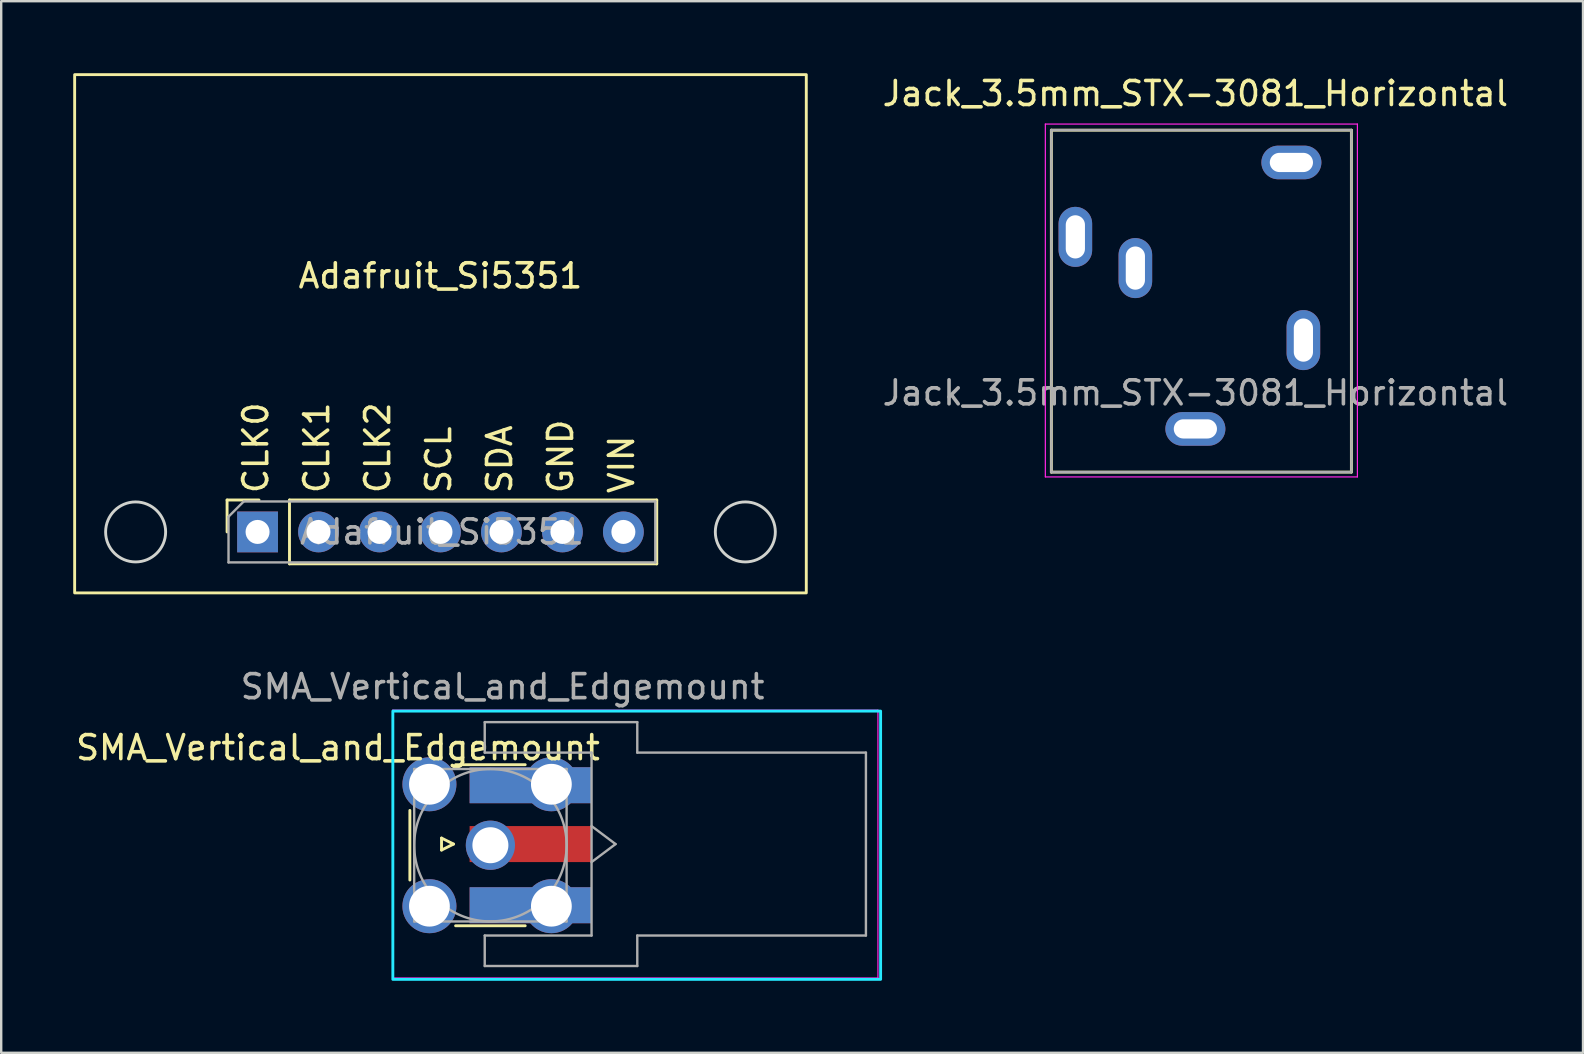
<source format=kicad_pcb>
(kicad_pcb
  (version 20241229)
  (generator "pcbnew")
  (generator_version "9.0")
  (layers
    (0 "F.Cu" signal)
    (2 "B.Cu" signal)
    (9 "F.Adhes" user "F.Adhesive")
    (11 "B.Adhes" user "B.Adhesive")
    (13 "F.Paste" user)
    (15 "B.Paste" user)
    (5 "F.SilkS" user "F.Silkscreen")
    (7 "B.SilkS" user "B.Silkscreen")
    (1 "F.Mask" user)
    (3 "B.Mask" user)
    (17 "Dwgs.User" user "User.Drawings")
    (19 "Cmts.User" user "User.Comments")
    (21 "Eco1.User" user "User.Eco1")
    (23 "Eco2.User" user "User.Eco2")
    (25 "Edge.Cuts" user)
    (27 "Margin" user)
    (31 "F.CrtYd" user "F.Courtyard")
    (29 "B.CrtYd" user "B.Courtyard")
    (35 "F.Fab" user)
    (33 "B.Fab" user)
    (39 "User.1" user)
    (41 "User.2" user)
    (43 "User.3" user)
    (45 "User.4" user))
  (footprint "Adafruit_Si5351"
    (layer "F.Cu")
    (at 15.3 19.11)
    (property "Reference" "Adafruit_Si5351" (at 0 -10.668 0) (unlocked yes) (layer "F.SilkS") (effects (font (size 1 1) (thickness 0.15))))
    (attr smd)
    (fp_line (start -8.89 -1.33) (end -7.56 -1.33) (stroke (width 0.12) (type solid)) (layer "F.SilkS"))
    (fp_line (start -8.89 0) (end -8.89 -1.33) (stroke (width 0.12) (type solid)) (layer "F.SilkS"))
    (fp_line (start -6.29 -1.33) (end 9.01 -1.33) (stroke (width 0.12) (type solid)) (layer "F.SilkS"))
    (fp_line (start -6.29 1.33) (end -6.29 -1.33) (stroke (width 0.12) (type solid)) (layer "F.SilkS"))
    (fp_line (start -6.29 1.33) (end 9.01 1.33) (stroke (width 0.12) (type solid)) (layer "F.SilkS"))
    (fp_line (start 9.01 1.33) (end 9.01 -1.33) (stroke (width 0.12) (type solid)) (layer "F.SilkS"))
    (fp_rect (start -15.24 -19.05) (end 15.24 2.54) (stroke (width 0.12) (type default)) (fill no) (layer "F.SilkS"))
    (fp_circle (center -12.7 0) (end -11.45 0) (stroke (width 0.12) (type default)) (fill no) (layer "Edge.Cuts"))
    (fp_circle (center 12.7 0) (end 13.95 0) (stroke (width 0.12) (type default)) (fill no) (layer "Edge.Cuts"))
    (fp_line (start -8.83 -0.635) (end -8.195 -1.27) (stroke (width 0.1) (type solid)) (layer "F.Fab"))
    (fp_line (start -8.83 1.27) (end -8.83 -0.635) (stroke (width 0.1) (type solid)) (layer "F.Fab"))
    (fp_line (start -8.195 -1.27) (end 8.95 -1.27) (stroke (width 0.1) (type solid)) (layer "F.Fab"))
    (fp_line (start 8.95 -1.27) (end 8.95 1.27) (stroke (width 0.1) (type solid)) (layer "F.Fab"))
    (fp_line (start 8.95 1.27) (end -8.83 1.27) (stroke (width 0.1) (type solid)) (layer "F.Fab"))
    (fp_text user "CLK1" (at -4.572 -1.524 90) (unlocked yes) (layer "F.SilkS") (effects (font (size 1 1) (thickness 0.15)) (justify left bottom)))
    (fp_text user "SCL" (at 0.508 -1.524 90) (unlocked yes) (layer "F.SilkS") (effects (font (size 1 1) (thickness 0.15)) (justify left bottom)))
    (fp_text user "CLK2" (at -2.032 -1.524 90) (unlocked yes) (layer "F.SilkS") (effects (font (size 1 1) (thickness 0.15)) (justify left bottom)))
    (fp_text user "SDA" (at 3.048 -1.524 90) (unlocked yes) (layer "F.SilkS") (effects (font (size 1 1) (thickness 0.15)) (justify left bottom)))
    (fp_text user "CLK0" (at -7.112 -1.524 90) (unlocked yes) (layer "F.SilkS") (effects (font (size 1 1) (thickness 0.15)) (justify left bottom)))
    (fp_text user "GND" (at 5.588 -1.524 90) (unlocked yes) (layer "F.SilkS") (effects (font (size 1 1) (thickness 0.15)) (justify left bottom)))
    (fp_text user "VIN" (at 8.128 -1.524 90) (unlocked yes) (layer "F.SilkS") (effects (font (size 1 1) (thickness 0.15)) (justify left bottom)))
    (fp_text user "${REFERENCE}" (at 0.06 0 180) (layer "F.Fab") (effects (font (size 1 1) (thickness 0.15))))
    (pad "1" thru_hole rect (at -7.62 0 90) (size 1.7 1.7) (drill 1) (layers "*.Cu" "*.Mask"))
    (pad "2" thru_hole oval (at -5.08 0 90) (size 1.7 1.7) (drill 1) (layers "*.Cu" "*.Mask"))
    (pad "3" thru_hole oval (at -2.54 0 90) (size 1.7 1.7) (drill 1) (layers "*.Cu" "*.Mask"))
    (pad "4" thru_hole oval (at 0 0 90) (size 1.7 1.7) (drill 1) (layers "*.Cu" "*.Mask"))
    (pad "5" thru_hole oval (at 2.54 0 90) (size 1.7 1.7) (drill 1) (layers "*.Cu" "*.Mask"))
    (pad "6" thru_hole oval (at 5.08 0 90) (size 1.7 1.7) (drill 1) (layers "*.Cu" "*.Mask"))
    (pad "7" thru_hole oval (at 7.62 0 90) (size 1.7 1.7) (drill 1) (layers "*.Cu" "*.Mask")))
  (footprint "Jack_3.5mm_STX-3081_Horizontal"
    (layer "F.Cu")
    (at 46.749 14.818)
    (property "Reference" "Jack_3.5mm_STX-3081_Horizontal" (at 0 -13.97 0) (layer "F.SilkS") (effects (font (size 1 1) (thickness 0.15))))
    (attr through_hole exclude_from_pos_files exclude_from_bom)
    (fp_line (start -6 -12.446) (end 6.5 -12.446) (stroke (width 0.12) (type solid)) (layer "F.SilkS"))
    (fp_line (start -6 1.8) (end -6 -12.446) (stroke (width 0.12) (type solid)) (layer "F.SilkS"))
    (fp_line (start 6.5 -12.446) (end 6.5 1.8) (stroke (width 0.12) (type solid)) (layer "F.SilkS"))
    (fp_line (start 6.5 1.8) (end -6 1.8) (stroke (width 0.12) (type solid)) (layer "F.SilkS"))
    (fp_line (start -6.25 -12.7) (end -6.25 2) (stroke (width 0.05) (type solid)) (layer "F.CrtYd"))
    (fp_line (start -6.25 2) (end 6.75 2) (stroke (width 0.05) (type solid)) (layer "F.CrtYd"))
    (fp_line (start 6.75 -12.7) (end -6.25 -12.7) (stroke (width 0.05) (type solid)) (layer "F.CrtYd"))
    (fp_line (start 6.75 2) (end 6.75 -12.7) (stroke (width 0.05) (type solid)) (layer "F.CrtYd"))
    (fp_line (start -6 -12.446) (end 6.5 -12.446) (stroke (width 0.1) (type solid)) (layer "F.Fab"))
    (fp_line (start -6 1.8) (end -6 -12.446) (stroke (width 0.1) (type solid)) (layer "F.Fab"))
    (fp_line (start 6.5 1.8) (end -6 1.8) (stroke (width 0.1) (type solid)) (layer "F.Fab"))
    (fp_line (start 6.5 1.8) (end 6.5 -12.446) (stroke (width 0.1) (type solid)) (layer "F.Fab"))
    (fp_text user "${REFERENCE}" (at 0 -1.5 0) (layer "F.Fab") (effects (font (size 1 1) (thickness 0.15))))
    (pad "R" thru_hole oval (at -5 -8 90) (size 2.5 1.4) (drill oval 1.8 0.8) (layers "*.Cu" "*.Mask"))
    (pad "RN" thru_hole oval (at -2.5 -6.7 90) (size 2.5 1.4) (drill oval 1.8 0.8) (layers "*.Cu" "*.Mask"))
    (pad "S" thru_hole oval (at 0 0) (size 2.5 1.4) (drill oval 1.8 0.8) (layers "*.Cu" "*.Mask"))
    (pad "T" thru_hole oval (at 4.5 -3.7 90) (size 2.5 1.4) (drill oval 1.8 0.8) (layers "*.Cu" "*.Mask"))
    (pad "TN" thru_hole oval (at 4 -11.1) (size 2.5 1.4) (drill oval 1.8 0.8) (layers "*.Cu" "*.Mask")))
  (footprint "SMA_Vertical_and_Edgemount"
    (layer "F.Cu")
    (at 17.38 32.162)
    (property "Reference" "SMA_Vertical_and_Edgemount" (at -6.35 -4.064 0) (layer "F.SilkS") (effects (font (size 1 1) (thickness 0.15))))
    (attr through_hole)
    (fp_line (start -3.355 -1.45) (end -3.355 1.45) (stroke (width 0.12) (type solid)) (layer "F.SilkS"))
    (fp_line (start -2.036 -0.298) (end -2.036 0.202) (stroke (width 0.12) (type solid)) (layer "F.SilkS"))
    (fp_line (start -2.036 0.202) (end -1.536 -0.048) (stroke (width 0.12) (type solid)) (layer "F.SilkS"))
    (fp_line (start -1.536 -0.048) (end -2.036 -0.298) (stroke (width 0.12) (type solid)) (layer "F.SilkS"))
    (fp_line (start -1.45 -3.355) (end 1.45 -3.355) (stroke (width 0.12) (type solid)) (layer "F.SilkS"))
    (fp_line (start -1.45 3.355) (end 1.45 3.355) (stroke (width 0.12) (type solid)) (layer "F.SilkS"))
    (fp_rect (start -4.064 -5.588) (end 16.256 5.588) (stroke (width 0.12) (type default)) (fill no) (layer "B.CrtYd"))
    (fp_line (start -4.064 5.532) (end -4.064 -5.628) (stroke (width 0.05) (type solid)) (layer "F.CrtYd"))
    (fp_line (start 16.144 -5.628) (end -4.064 -5.628) (stroke (width 0.05) (type solid)) (layer "F.CrtYd"))
    (fp_line (start 16.144 -5.628) (end 16.144 5.532) (stroke (width 0.05) (type solid)) (layer "F.CrtYd"))
    (fp_line (start 16.144 5.532) (end -4.064 5.532) (stroke (width 0.05) (type solid)) (layer "F.CrtYd"))
    (fp_line (start -3.175 -3.175) (end -3.175 3.175) (stroke (width 0.1) (type solid)) (layer "F.Fab"))
    (fp_line (start -3.175 -3.175) (end 3.175 -3.175) (stroke (width 0.1) (type solid)) (layer "F.Fab"))
    (fp_line (start -3.175 3.175) (end 3.175 3.175) (stroke (width 0.1) (type solid)) (layer "F.Fab"))
    (fp_line (start -0.236 -5.128) (end -0.236 -3.858) (stroke (width 0.1) (type solid)) (layer "F.Fab"))
    (fp_line (start -0.236 -5.128) (end 6.119 -5.128) (stroke (width 0.1) (type solid)) (layer "F.Fab"))
    (fp_line (start -0.236 -3.858) (end 4.214 -3.858) (stroke (width 0.1) (type solid)) (layer "F.Fab"))
    (fp_line (start -0.236 3.762) (end -0.236 5.032) (stroke (width 0.1) (type solid)) (layer "F.Fab"))
    (fp_line (start -0.236 5.032) (end 6.119 5.032) (stroke (width 0.1) (type solid)) (layer "F.Fab"))
    (fp_line (start 3.175 -3.175) (end 3.175 3.175) (stroke (width 0.1) (type solid)) (layer "F.Fab"))
    (fp_line (start 4.214 -3.858) (end 4.214 3.762) (stroke (width 0.1) (type solid)) (layer "F.Fab"))
    (fp_line (start 4.214 -0.798) (end 5.214 -0.048) (stroke (width 0.1) (type solid)) (layer "F.Fab"))
    (fp_line (start 4.214 3.762) (end -0.236 3.762) (stroke (width 0.1) (type solid)) (layer "F.Fab"))
    (fp_line (start 5.214 -0.048) (end 4.214 0.702) (stroke (width 0.1) (type solid)) (layer "F.Fab"))
    (fp_line (start 6.119 -3.858) (end 6.119 -5.128) (stroke (width 0.1) (type solid)) (layer "F.Fab"))
    (fp_line (start 6.119 -3.858) (end 15.644 -3.858) (stroke (width 0.1) (type solid)) (layer "F.Fab"))
    (fp_line (start 6.119 5.032) (end 6.119 3.762) (stroke (width 0.1) (type solid)) (layer "F.Fab"))
    (fp_line (start 15.644 -3.858) (end 15.644 3.762) (stroke (width 0.1) (type solid)) (layer "F.Fab"))
    (fp_line (start 15.644 3.762) (end 6.119 3.762) (stroke (width 0.1) (type solid)) (layer "F.Fab"))
    (fp_circle (center 0 0) (end 3.175 0) (stroke (width 0.1) (type solid)) (fill no) (layer "F.Fab"))
    (fp_text user "${REFERENCE}" (at 0.508 -6.604 0) (layer "F.Fab") (effects (font (size 1 1) (thickness 0.15))))
    (pad "1" thru_hole circle (at 0 0) (size 2.05 2.05) (drill 1.5) (layers "*.Cu" "*.Mask"))
    (pad "1" smd rect (at 1.674 -0.048 90) (size 1.5 5.08) (layers "F.Cu" "F.Mask" "F.Paste"))
    (pad "2" thru_hole circle (at -2.54 -2.54) (size 2.25 2.25) (drill 1.7) (layers "*.Cu" "*.Mask"))
    (pad "2" thru_hole circle (at -2.54 2.54) (size 2.25 2.25) (drill 1.7) (layers "*.Cu" "*.Mask"))
    (pad "2" smd rect (at 1.674 -2.5 90) (size 1.5 5.08) (layers "F.Cu" "F.Mask" "F.Paste"))
    (pad "2" smd rect (at 1.674 -2.5 90) (size 1.5 5.08) (layers "B.Cu" "B.Mask" "B.Paste"))
    (pad "2" smd rect (at 1.674 2.5 90) (size 1.5 5.08) (layers "F.Cu" "F.Mask" "F.Paste"))
    (pad "2" smd rect (at 1.674 2.5 90) (size 1.5 5.08) (layers "B.Cu" "B.Mask" "B.Paste"))
    (pad "2" thru_hole circle (at 2.54 -2.54) (size 2.25 2.25) (drill 1.7) (layers "*.Cu" "*.Mask"))
    (pad "2" thru_hole circle (at 2.54 2.54) (size 2.25 2.25) (drill 1.7) (layers "*.Cu" "*.Mask")))
  (gr_rect
    (start -3 -3)
    (end 62.898 40.81)
    (stroke (width 0.1) (type default))
    (fill no)
    (layer "Edge.Cuts")))
</source>
